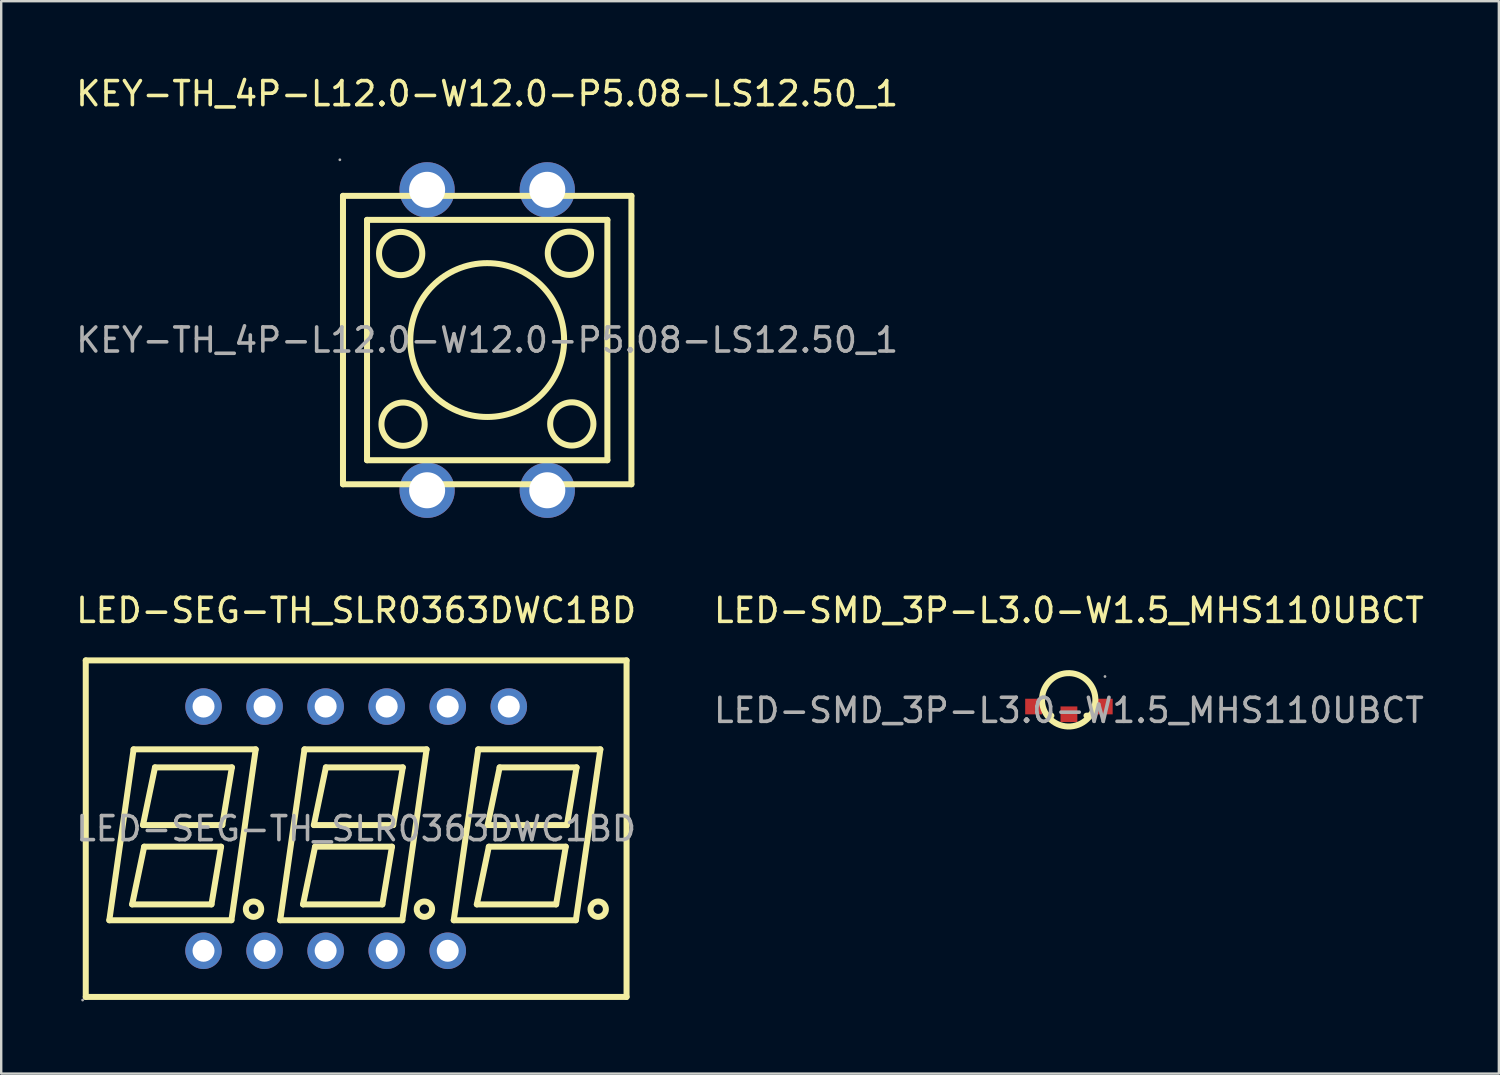
<source format=kicad_pcb>
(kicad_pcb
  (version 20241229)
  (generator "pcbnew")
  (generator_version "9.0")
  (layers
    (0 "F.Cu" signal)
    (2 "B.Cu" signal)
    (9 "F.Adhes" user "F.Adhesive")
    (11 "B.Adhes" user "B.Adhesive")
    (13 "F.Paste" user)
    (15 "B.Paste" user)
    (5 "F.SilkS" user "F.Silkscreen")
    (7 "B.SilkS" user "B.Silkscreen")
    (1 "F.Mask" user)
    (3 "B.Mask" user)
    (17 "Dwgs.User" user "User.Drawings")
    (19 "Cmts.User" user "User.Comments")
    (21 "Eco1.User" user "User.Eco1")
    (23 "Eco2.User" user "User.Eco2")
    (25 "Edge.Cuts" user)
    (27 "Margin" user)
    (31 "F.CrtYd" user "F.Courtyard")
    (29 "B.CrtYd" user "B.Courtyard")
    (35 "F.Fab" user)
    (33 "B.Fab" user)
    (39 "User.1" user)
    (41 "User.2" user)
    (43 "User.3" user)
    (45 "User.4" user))
  (footprint "LED-SEG-TH_SLR0363DWC1BD"
    (layer "F.Cu")
    (at 11.768 31.427)
    (property "Reference" "LED-SEG-TH_SLR0363DWC1BD" (at 0 -9.08 0) (layer "F.SilkS") (effects (font (size 1 1) (thickness 0.15))))
    (attr through_hole)
    (fp_line (start -11.25 -7) (end 11.25 -7) (stroke (width 0.25) (type solid)) (layer "F.SilkS"))
    (fp_line (start -11.25 7) (end -11.25 -7) (stroke (width 0.25) (type solid)) (layer "F.SilkS"))
    (fp_line (start -10.27 3.81) (end -9.26 -3.3) (stroke (width 0.25) (type solid)) (layer "F.SilkS"))
    (fp_line (start -9.32 3.15) (end -8.82 0.75) (stroke (width 0.25) (type solid)) (layer "F.SilkS"))
    (fp_line (start -9.26 -3.3) (end -4.18 -3.3) (stroke (width 0.25) (type solid)) (layer "F.SilkS"))
    (fp_line (start -8.87 -0.15) (end -8.37 -2.55) (stroke (width 0.25) (type solid)) (layer "F.SilkS"))
    (fp_line (start -8.82 0.75) (end -5.62 0.75) (stroke (width 0.25) (type solid)) (layer "F.SilkS"))
    (fp_line (start -8.37 -2.55) (end -5.17 -2.55) (stroke (width 0.25) (type solid)) (layer "F.SilkS"))
    (fp_line (start -6.02 3.15) (end -9.32 3.15) (stroke (width 0.25) (type solid)) (layer "F.SilkS"))
    (fp_line (start -5.62 0.75) (end -6.02 3.15) (stroke (width 0.25) (type solid)) (layer "F.SilkS"))
    (fp_line (start -5.57 -0.15) (end -8.87 -0.15) (stroke (width 0.25) (type solid)) (layer "F.SilkS"))
    (fp_line (start -5.19 3.81) (end -10.27 3.81) (stroke (width 0.25) (type solid)) (layer "F.SilkS"))
    (fp_line (start -5.17 -2.55) (end -5.57 -0.15) (stroke (width 0.25) (type solid)) (layer "F.SilkS"))
    (fp_line (start -4.18 -3.3) (end -5.19 3.81) (stroke (width 0.25) (type solid)) (layer "F.SilkS"))
    (fp_line (start -3.16 3.81) (end -2.15 -3.3) (stroke (width 0.25) (type solid)) (layer "F.SilkS"))
    (fp_line (start -2.21 3.15) (end -1.71 0.75) (stroke (width 0.25) (type solid)) (layer "F.SilkS"))
    (fp_line (start -2.15 -3.3) (end 2.93 -3.3) (stroke (width 0.25) (type solid)) (layer "F.SilkS"))
    (fp_line (start -1.76 -0.15) (end -1.26 -2.55) (stroke (width 0.25) (type solid)) (layer "F.SilkS"))
    (fp_line (start -1.71 0.75) (end 1.49 0.75) (stroke (width 0.25) (type solid)) (layer "F.SilkS"))
    (fp_line (start -1.26 -2.55) (end 1.94 -2.55) (stroke (width 0.25) (type solid)) (layer "F.SilkS"))
    (fp_line (start 1.09 3.15) (end -2.21 3.15) (stroke (width 0.25) (type solid)) (layer "F.SilkS"))
    (fp_line (start 1.49 0.75) (end 1.09 3.15) (stroke (width 0.25) (type solid)) (layer "F.SilkS"))
    (fp_line (start 1.54 -0.15) (end -1.76 -0.15) (stroke (width 0.25) (type solid)) (layer "F.SilkS"))
    (fp_line (start 1.92 3.81) (end -3.16 3.81) (stroke (width 0.25) (type solid)) (layer "F.SilkS"))
    (fp_line (start 1.94 -2.55) (end 1.54 -0.15) (stroke (width 0.25) (type solid)) (layer "F.SilkS"))
    (fp_line (start 2.93 -3.3) (end 1.92 3.81) (stroke (width 0.25) (type solid)) (layer "F.SilkS"))
    (fp_line (start 4.06 3.81) (end 5.08 -3.3) (stroke (width 0.25) (type solid)) (layer "F.SilkS"))
    (fp_line (start 5.02 3.15) (end 5.52 0.75) (stroke (width 0.25) (type solid)) (layer "F.SilkS"))
    (fp_line (start 5.08 -3.3) (end 10.16 -3.3) (stroke (width 0.25) (type solid)) (layer "F.SilkS"))
    (fp_line (start 5.47 -0.15) (end 5.97 -2.55) (stroke (width 0.25) (type solid)) (layer "F.SilkS"))
    (fp_line (start 5.52 0.75) (end 8.72 0.75) (stroke (width 0.25) (type solid)) (layer "F.SilkS"))
    (fp_line (start 5.97 -2.55) (end 9.17 -2.55) (stroke (width 0.25) (type solid)) (layer "F.SilkS"))
    (fp_line (start 8.32 3.15) (end 5.02 3.15) (stroke (width 0.25) (type solid)) (layer "F.SilkS"))
    (fp_line (start 8.72 0.75) (end 8.32 3.15) (stroke (width 0.25) (type solid)) (layer "F.SilkS"))
    (fp_line (start 8.77 -0.15) (end 5.47 -0.15) (stroke (width 0.25) (type solid)) (layer "F.SilkS"))
    (fp_line (start 9.14 3.81) (end 4.06 3.81) (stroke (width 0.25) (type solid)) (layer "F.SilkS"))
    (fp_line (start 9.17 -2.55) (end 8.77 -0.15) (stroke (width 0.25) (type solid)) (layer "F.SilkS"))
    (fp_line (start 10.16 -3.3) (end 9.14 3.81) (stroke (width 0.25) (type solid)) (layer "F.SilkS"))
    (fp_line (start 11.25 -7) (end 11.25 7) (stroke (width 0.25) (type solid)) (layer "F.SilkS"))
    (fp_line (start 11.25 7) (end -11.25 7) (stroke (width 0.25) (type solid)) (layer "F.SilkS"))
    (fp_circle (center -4.27 3.35) (end -3.95 3.35) (stroke (width 0.25) (type solid)) (fill no) (layer "F.SilkS"))
    (fp_circle (center 2.84 3.35) (end 3.16 3.35) (stroke (width 0.25) (type solid)) (fill no) (layer "F.SilkS"))
    (fp_circle (center 10.07 3.35) (end 10.39 3.35) (stroke (width 0.25) (type solid)) (fill no) (layer "F.SilkS"))
    (fp_circle (center -11.38 7.13) (end -11.35 7.13) (stroke (width 0.06) (type solid)) (fill no) (layer "F.Fab"))
    (fp_circle (center -6.35 -5.08) (end -6.17 -5.08) (stroke (width 0.36) (type solid)) (fill no) (layer "F.Fab"))
    (fp_circle (center -6.35 5.08) (end -6.17 5.08) (stroke (width 0.36) (type solid)) (fill no) (layer "F.Fab"))
    (fp_circle (center -3.81 -5.08) (end -3.63 -5.08) (stroke (width 0.36) (type solid)) (fill no) (layer "F.Fab"))
    (fp_circle (center -3.81 5.08) (end -3.63 5.08) (stroke (width 0.36) (type solid)) (fill no) (layer "F.Fab"))
    (fp_circle (center -1.27 -5.08) (end -1.09 -5.08) (stroke (width 0.36) (type solid)) (fill no) (layer "F.Fab"))
    (fp_circle (center -1.27 5.08) (end -1.09 5.08) (stroke (width 0.36) (type solid)) (fill no) (layer "F.Fab"))
    (fp_circle (center 1.27 -5.08) (end 1.45 -5.08) (stroke (width 0.36) (type solid)) (fill no) (layer "F.Fab"))
    (fp_circle (center 1.27 5.08) (end 1.45 5.08) (stroke (width 0.36) (type solid)) (fill no) (layer "F.Fab"))
    (fp_circle (center 3.81 -5.08) (end 3.99 -5.08) (stroke (width 0.36) (type solid)) (fill no) (layer "F.Fab"))
    (fp_circle (center 3.81 5.08) (end 3.99 5.08) (stroke (width 0.36) (type solid)) (fill no) (layer "F.Fab"))
    (fp_circle (center 6.35 -5.08) (end 6.53 -5.08) (stroke (width 0.36) (type solid)) (fill no) (layer "F.Fab"))
    (fp_text user "${REFERENCE}" (at 0 0 0) (layer "F.Fab") (effects (font (size 1 1) (thickness 0.15))))
    (pad "1" thru_hole circle (at -6.35 5.08) (size 1.52 1.52) (drill 0.914) (layers "*.Cu" "*.Mask"))
    (pad "2" thru_hole circle (at -3.81 5.08) (size 1.52 1.52) (drill 0.914) (layers "*.Cu" "*.Mask"))
    (pad "3" thru_hole circle (at -1.27 5.08) (size 1.52 1.52) (drill 0.914) (layers "*.Cu" "*.Mask"))
    (pad "4" thru_hole circle (at 1.27 5.08) (size 1.52 1.52) (drill 0.914) (layers "*.Cu" "*.Mask"))
    (pad "5" thru_hole circle (at 3.81 5.08) (size 1.52 1.52) (drill 0.914) (layers "*.Cu" "*.Mask"))
    (pad "7" thru_hole circle (at 6.35 -5.08) (size 1.52 1.52) (drill 0.914) (layers "*.Cu" "*.Mask"))
    (pad "8" thru_hole circle (at 3.81 -5.08) (size 1.52 1.52) (drill 0.914) (layers "*.Cu" "*.Mask"))
    (pad "9" thru_hole circle (at 1.27 -5.08) (size 1.52 1.52) (drill 0.914) (layers "*.Cu" "*.Mask"))
    (pad "10" thru_hole circle (at -1.27 -5.08) (size 1.52 1.52) (drill 0.914) (layers "*.Cu" "*.Mask"))
    (pad "11" thru_hole circle (at -3.81 -5.08) (size 1.52 1.52) (drill 0.914) (layers "*.Cu" "*.Mask"))
    (pad "12" thru_hole circle (at -6.35 -5.08) (size 1.52 1.52) (drill 0.914) (layers "*.Cu" "*.Mask")))
  (footprint "KEY-TH_4P-L12.0-W12.0-P5.08-LS12.50_1"
    (layer "F.Cu")
    (at 17.22 11.098)
    (property "Reference" "KEY-TH_4P-L12.0-W12.0-P5.08-LS12.50_1" (at 0 -10.25 0) (layer "F.SilkS") (effects (font (size 1 1) (thickness 0.15))))
    (attr through_hole)
    (fp_line (start -6 -6) (end -6 6) (stroke (width 0.25) (type solid)) (layer "F.SilkS"))
    (fp_line (start -6 6) (end 6 6) (stroke (width 0.25) (type solid)) (layer "F.SilkS"))
    (fp_line (start -5 -5) (end -5 5) (stroke (width 0.25) (type solid)) (layer "F.SilkS"))
    (fp_line (start -5 5) (end 5 5) (stroke (width 0.25) (type solid)) (layer "F.SilkS"))
    (fp_line (start 5 -5) (end -5 -5) (stroke (width 0.25) (type solid)) (layer "F.SilkS"))
    (fp_line (start 5 5) (end 5 -5) (stroke (width 0.25) (type solid)) (layer "F.SilkS"))
    (fp_line (start 6 -6) (end -6 -6) (stroke (width 0.25) (type solid)) (layer "F.SilkS"))
    (fp_line (start 6 6) (end 6 -6) (stroke (width 0.25) (type solid)) (layer "F.SilkS"))
    (fp_circle (center -3.6 -3.6) (end -2.7 -3.6) (stroke (width 0.25) (type solid)) (fill no) (layer "F.SilkS"))
    (fp_circle (center -3.5 3.5) (end -2.6 3.5) (stroke (width 0.25) (type solid)) (fill no) (layer "F.SilkS"))
    (fp_circle (center 0 0) (end 3.2 0) (stroke (width 0.25) (type solid)) (fill no) (layer "F.SilkS"))
    (fp_circle (center 3.42 -3.61) (end 4.32 -3.61) (stroke (width 0.25) (type solid)) (fill no) (layer "F.SilkS"))
    (fp_circle (center 3.52 3.49) (end 4.42 3.49) (stroke (width 0.25) (type solid)) (fill no) (layer "F.SilkS"))
    (fp_circle (center -6.13 -7.5) (end -6.1 -7.5) (stroke (width 0.06) (type solid)) (fill no) (layer "F.Fab"))
    (fp_text user "${REFERENCE}" (at 0 0 0) (layer "F.Fab") (effects (font (size 1 1) (thickness 0.15))))
    (pad "1" thru_hole circle (at -2.5 -6.25 270) (size 2.3 2.3) (drill 1.5) (layers "*.Cu" "*.Mask"))
    (pad "2" thru_hole circle (at -2.5 6.25 270) (size 2.3 2.3) (drill 1.5) (layers "*.Cu" "*.Mask"))
    (pad "3" thru_hole circle (at 2.5 -6.25 270) (size 2.3 2.3) (drill 1.5) (layers "*.Cu" "*.Mask"))
    (pad "4" thru_hole circle (at 2.5 6.25 270) (size 2.3 2.3) (drill 1.5) (layers "*.Cu" "*.Mask")))
  (footprint "LED-SMD_3P-L3.0-W1.5_MHS110UBCT"
    (layer "F.Cu")
    (at 41.423 26.506)
    (property "Reference" "LED-SMD_3P-L3.0-W1.5_MHS110UBCT" (at 0 -4.16 0) (layer "F.SilkS") (effects (font (size 1 1) (thickness 0.15))))
    (attr smd)
    (fp_line (start -0.85 0.22) (end -0.73 0.22) (stroke (width 0.25) (type solid)) (layer "F.SilkS"))
    (fp_line (start 0.73 0.22) (end 0.86 0.22) (stroke (width 0.25) (type solid)) (layer "F.SilkS"))
    (fp_arc (start -1.119307 -0.489368) (mid 1.099696 -0.400314) (end -1.12 -0.47) (stroke (width 0.25) (type solid)) (layer "F.SilkS"))
    (fp_circle (center 1.5 -1.41) (end 1.53 -1.41) (stroke (width 0.06) (type solid)) (fill no) (layer "F.Fab"))
    (fp_text user "${REFERENCE}" (at 0 0 0) (layer "F.Fab") (effects (font (size 1 1) (thickness 0.15))))
    (pad "1" smd rect (at 1.47 -0.16) (size 0.7 0.65) (layers "F.Cu" "F.Mask" "F.Paste"))
    (pad "2" smd rect (at -1.47 -0.16) (size 0.7 0.65) (layers "F.Cu" "F.Mask" "F.Paste"))
    (pad "3" smd rect (at 0 0.16) (size 0.7 0.65) (layers "F.Cu" "F.Mask" "F.Paste")))
  (gr_rect
    (start -3 -3)
    (end 59.31 41.617)
    (stroke (width 0.1) (type default))
    (fill no)
    (layer "Edge.Cuts")))
</source>
